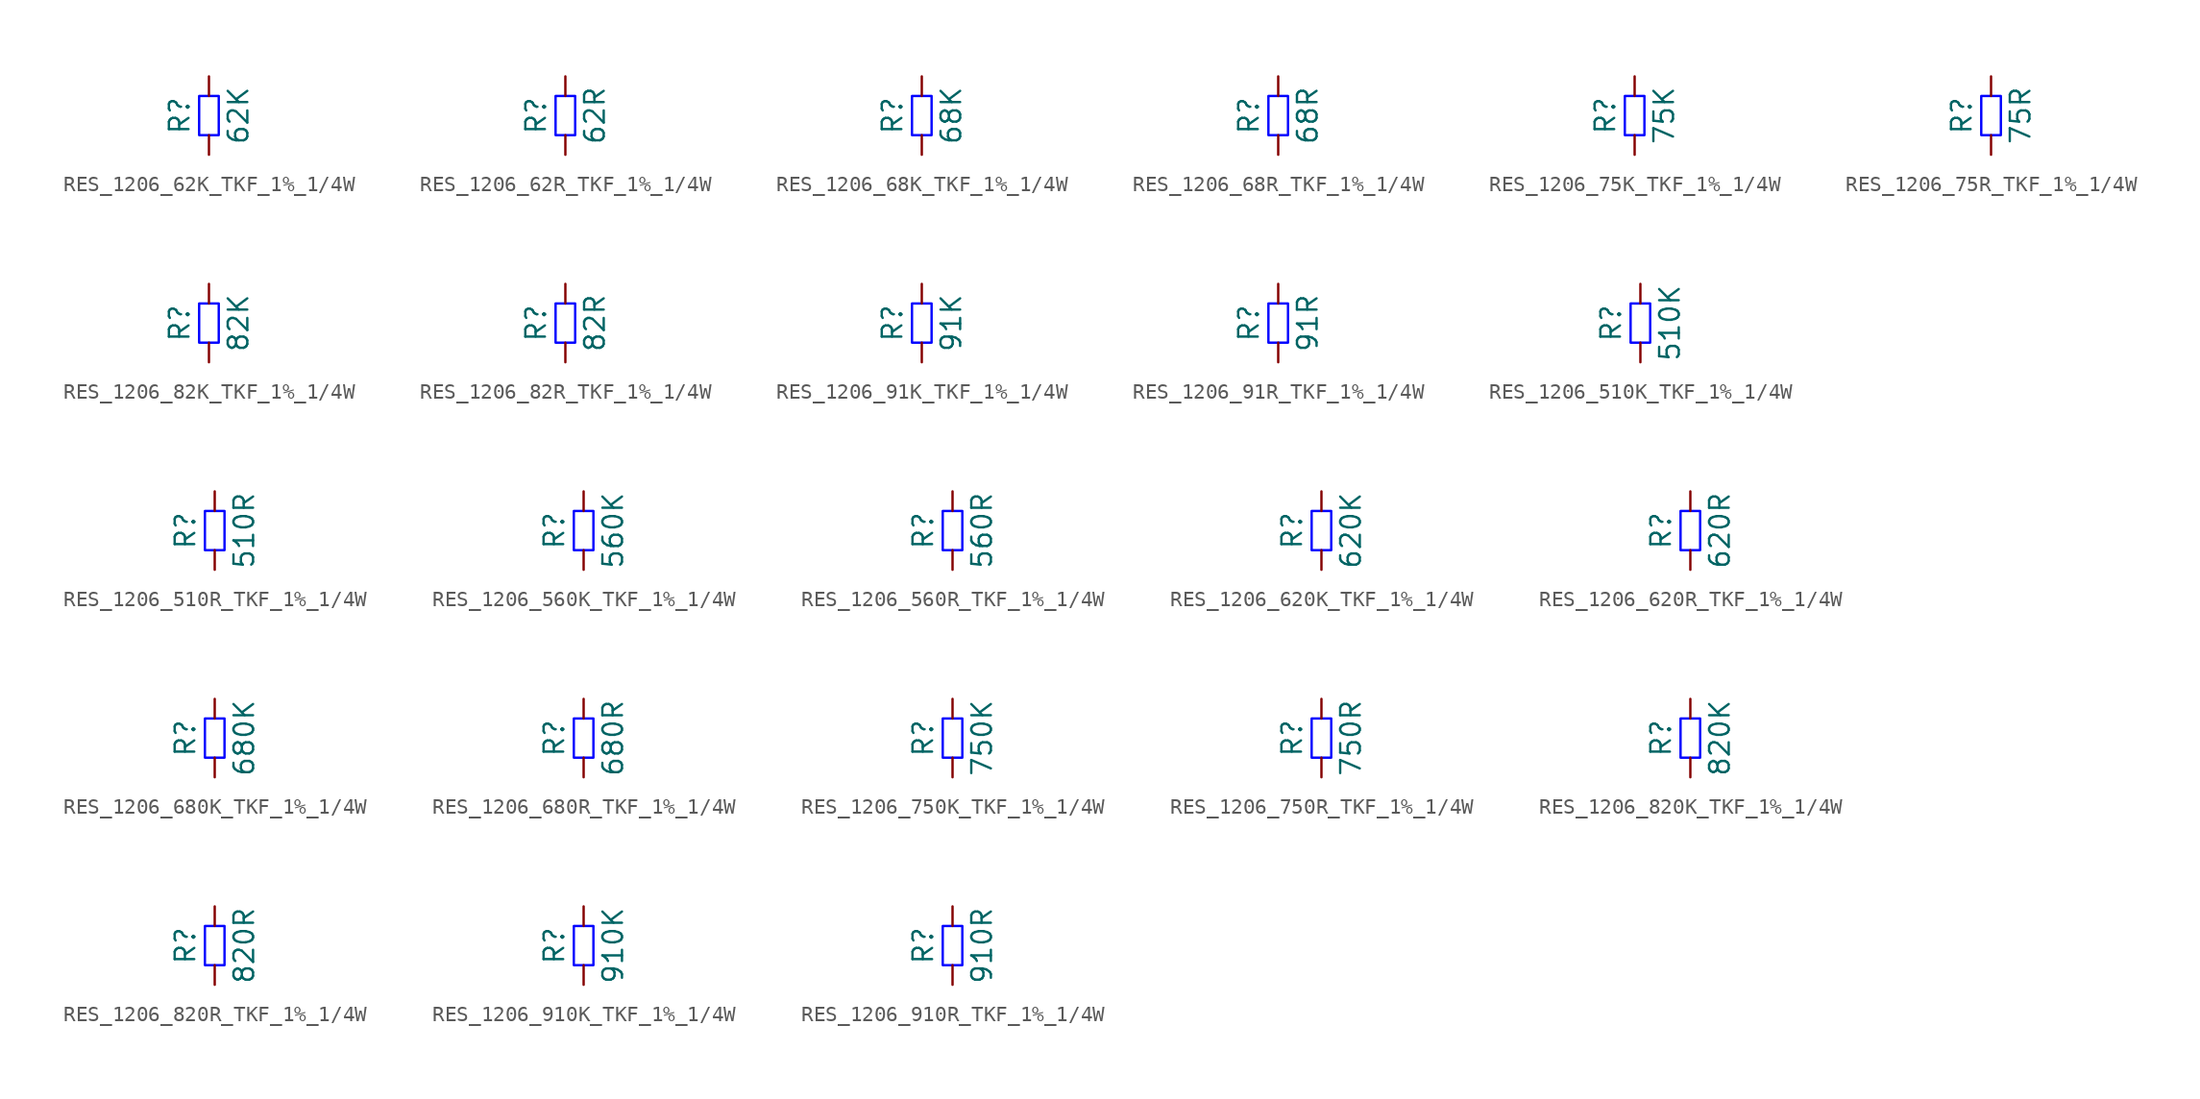
<source format=kicad_sym>
(kicad_symbol_lib
  (version 20220914)
  (generator kicad_symbol_editor)
  (symbol "RES_1206_62K_TKF_1%_1/4W"
    (pin_numbers hide)
    (pin_names
      (offset 0) hide)
    (property "Reference" "R"
      (at -1.905 0 90)
      (do_not_autoplace)
      (effects (font (size 1.27 1.27))))
    (property "Value" "62K"
      (at 1.905 0 90)
      (do_not_autoplace)
      (effects (font (size 1.27 1.27))))
    (symbol "RES_1206_62K_TKF_1%_1/4W_1_1"
      (rectangle (start -0.635 -1.27) (end 0.635 1.27) (stroke (width 0) (type solid) (color 0 0 255 1)) (fill (type none)))
      (pin passive line (at 0 -2.54 90) (length 1.27) (name "~" (effects (font (size 1.27 1.27)))) (number "1" (effects (font (size 1.27 1.27)))))
      (pin passive line (at 0 2.54 270) (length 1.27) (name "~" (effects (font (size 1.27 1.27)))) (number "2" (effects (font (size 1.27 1.27)))))))
  (symbol "RES_1206_62R_TKF_1%_1/4W"
    (pin_numbers hide)
    (pin_names
      (offset 0) hide)
    (property "Reference" "R"
      (at -1.905 0 90)
      (do_not_autoplace)
      (effects (font (size 1.27 1.27))))
    (property "Value" "62R"
      (at 1.905 0 90)
      (do_not_autoplace)
      (effects (font (size 1.27 1.27))))
    (symbol "RES_1206_62R_TKF_1%_1/4W_1_1"
      (rectangle (start -0.635 -1.27) (end 0.635 1.27) (stroke (width 0) (type solid) (color 0 0 255 1)) (fill (type none)))
      (pin passive line (at 0 -2.54 90) (length 1.27) (name "~" (effects (font (size 1.27 1.27)))) (number "1" (effects (font (size 1.27 1.27)))))
      (pin passive line (at 0 2.54 270) (length 1.27) (name "~" (effects (font (size 1.27 1.27)))) (number "2" (effects (font (size 1.27 1.27)))))))
  (symbol "RES_1206_68K_TKF_1%_1/4W"
    (pin_numbers hide)
    (pin_names
      (offset 0) hide)
    (property "Reference" "R"
      (at -1.905 0 90)
      (do_not_autoplace)
      (effects (font (size 1.27 1.27))))
    (property "Value" "68K"
      (at 1.905 0 90)
      (do_not_autoplace)
      (effects (font (size 1.27 1.27))))
    (symbol "RES_1206_68K_TKF_1%_1/4W_1_1"
      (rectangle (start -0.635 -1.27) (end 0.635 1.27) (stroke (width 0) (type solid) (color 0 0 255 1)) (fill (type none)))
      (pin passive line (at 0 -2.54 90) (length 1.27) (name "~" (effects (font (size 1.27 1.27)))) (number "1" (effects (font (size 1.27 1.27)))))
      (pin passive line (at 0 2.54 270) (length 1.27) (name "~" (effects (font (size 1.27 1.27)))) (number "2" (effects (font (size 1.27 1.27)))))))
  (symbol "RES_1206_68R_TKF_1%_1/4W"
    (pin_numbers hide)
    (pin_names
      (offset 0) hide)
    (property "Reference" "R"
      (at -1.905 0 90)
      (do_not_autoplace)
      (effects (font (size 1.27 1.27))))
    (property "Value" "68R"
      (at 1.905 0 90)
      (do_not_autoplace)
      (effects (font (size 1.27 1.27))))
    (symbol "RES_1206_68R_TKF_1%_1/4W_1_1"
      (rectangle (start -0.635 -1.27) (end 0.635 1.27) (stroke (width 0) (type solid) (color 0 0 255 1)) (fill (type none)))
      (pin passive line (at 0 -2.54 90) (length 1.27) (name "~" (effects (font (size 1.27 1.27)))) (number "1" (effects (font (size 1.27 1.27)))))
      (pin passive line (at 0 2.54 270) (length 1.27) (name "~" (effects (font (size 1.27 1.27)))) (number "2" (effects (font (size 1.27 1.27)))))))
  (symbol "RES_1206_75K_TKF_1%_1/4W"
    (pin_numbers hide)
    (pin_names
      (offset 0) hide)
    (property "Reference" "R"
      (at -1.905 0 90)
      (do_not_autoplace)
      (effects (font (size 1.27 1.27))))
    (property "Value" "75K"
      (at 1.905 0 90)
      (do_not_autoplace)
      (effects (font (size 1.27 1.27))))
    (symbol "RES_1206_75K_TKF_1%_1/4W_1_1"
      (rectangle (start -0.635 -1.27) (end 0.635 1.27) (stroke (width 0) (type solid) (color 0 0 255 1)) (fill (type none)))
      (pin passive line (at 0 -2.54 90) (length 1.27) (name "~" (effects (font (size 1.27 1.27)))) (number "1" (effects (font (size 1.27 1.27)))))
      (pin passive line (at 0 2.54 270) (length 1.27) (name "~" (effects (font (size 1.27 1.27)))) (number "2" (effects (font (size 1.27 1.27)))))))
  (symbol "RES_1206_75R_TKF_1%_1/4W"
    (pin_numbers hide)
    (pin_names
      (offset 0) hide)
    (property "Reference" "R"
      (at -1.905 0 90)
      (do_not_autoplace)
      (effects (font (size 1.27 1.27))))
    (property "Value" "75R"
      (at 1.905 0 90)
      (do_not_autoplace)
      (effects (font (size 1.27 1.27))))
    (symbol "RES_1206_75R_TKF_1%_1/4W_1_1"
      (rectangle (start -0.635 -1.27) (end 0.635 1.27) (stroke (width 0) (type solid) (color 0 0 255 1)) (fill (type none)))
      (pin passive line (at 0 -2.54 90) (length 1.27) (name "~" (effects (font (size 1.27 1.27)))) (number "1" (effects (font (size 1.27 1.27)))))
      (pin passive line (at 0 2.54 270) (length 1.27) (name "~" (effects (font (size 1.27 1.27)))) (number "2" (effects (font (size 1.27 1.27)))))))
  (symbol "RES_1206_82K_TKF_1%_1/4W"
    (pin_numbers hide)
    (pin_names
      (offset 0) hide)
    (property "Reference" "R"
      (at -1.905 0 90)
      (do_not_autoplace)
      (effects (font (size 1.27 1.27))))
    (property "Value" "82K"
      (at 1.905 0 90)
      (do_not_autoplace)
      (effects (font (size 1.27 1.27))))
    (symbol "RES_1206_82K_TKF_1%_1/4W_1_1"
      (rectangle (start -0.635 -1.27) (end 0.635 1.27) (stroke (width 0) (type solid) (color 0 0 255 1)) (fill (type none)))
      (pin passive line (at 0 -2.54 90) (length 1.27) (name "~" (effects (font (size 1.27 1.27)))) (number "1" (effects (font (size 1.27 1.27)))))
      (pin passive line (at 0 2.54 270) (length 1.27) (name "~" (effects (font (size 1.27 1.27)))) (number "2" (effects (font (size 1.27 1.27)))))))
  (symbol "RES_1206_82R_TKF_1%_1/4W"
    (pin_numbers hide)
    (pin_names
      (offset 0) hide)
    (property "Reference" "R"
      (at -1.905 0 90)
      (do_not_autoplace)
      (effects (font (size 1.27 1.27))))
    (property "Value" "82R"
      (at 1.905 0 90)
      (do_not_autoplace)
      (effects (font (size 1.27 1.27))))
    (symbol "RES_1206_82R_TKF_1%_1/4W_1_1"
      (rectangle (start -0.635 -1.27) (end 0.635 1.27) (stroke (width 0) (type solid) (color 0 0 255 1)) (fill (type none)))
      (pin passive line (at 0 -2.54 90) (length 1.27) (name "~" (effects (font (size 1.27 1.27)))) (number "1" (effects (font (size 1.27 1.27)))))
      (pin passive line (at 0 2.54 270) (length 1.27) (name "~" (effects (font (size 1.27 1.27)))) (number "2" (effects (font (size 1.27 1.27)))))))
  (symbol "RES_1206_91K_TKF_1%_1/4W"
    (pin_numbers hide)
    (pin_names
      (offset 0) hide)
    (property "Reference" "R"
      (at -1.905 0 90)
      (do_not_autoplace)
      (effects (font (size 1.27 1.27))))
    (property "Value" "91K"
      (at 1.905 0 90)
      (do_not_autoplace)
      (effects (font (size 1.27 1.27))))
    (symbol "RES_1206_91K_TKF_1%_1/4W_1_1"
      (rectangle (start -0.635 -1.27) (end 0.635 1.27) (stroke (width 0) (type solid) (color 0 0 255 1)) (fill (type none)))
      (pin passive line (at 0 -2.54 90) (length 1.27) (name "~" (effects (font (size 1.27 1.27)))) (number "1" (effects (font (size 1.27 1.27)))))
      (pin passive line (at 0 2.54 270) (length 1.27) (name "~" (effects (font (size 1.27 1.27)))) (number "2" (effects (font (size 1.27 1.27)))))))
  (symbol "RES_1206_91R_TKF_1%_1/4W"
    (pin_numbers hide)
    (pin_names
      (offset 0) hide)
    (property "Reference" "R"
      (at -1.905 0 90)
      (do_not_autoplace)
      (effects (font (size 1.27 1.27))))
    (property "Value" "91R"
      (at 1.905 0 90)
      (do_not_autoplace)
      (effects (font (size 1.27 1.27))))
    (symbol "RES_1206_91R_TKF_1%_1/4W_1_1"
      (rectangle (start -0.635 -1.27) (end 0.635 1.27) (stroke (width 0) (type solid) (color 0 0 255 1)) (fill (type none)))
      (pin passive line (at 0 -2.54 90) (length 1.27) (name "~" (effects (font (size 1.27 1.27)))) (number "1" (effects (font (size 1.27 1.27)))))
      (pin passive line (at 0 2.54 270) (length 1.27) (name "~" (effects (font (size 1.27 1.27)))) (number "2" (effects (font (size 1.27 1.27)))))))
  (symbol "RES_1206_510K_TKF_1%_1/4W"
    (pin_numbers hide)
    (pin_names
      (offset 0) hide)
    (property "Reference" "R"
      (at -1.905 0 90)
      (do_not_autoplace)
      (effects (font (size 1.27 1.27))))
    (property "Value" "510K"
      (at 1.905 0 90)
      (do_not_autoplace)
      (effects (font (size 1.27 1.27))))
    (symbol "RES_1206_510K_TKF_1%_1/4W_1_1"
      (rectangle (start -0.635 -1.27) (end 0.635 1.27) (stroke (width 0) (type solid) (color 0 0 255 1)) (fill (type none)))
      (pin passive line (at 0 -2.54 90) (length 1.27) (name "~" (effects (font (size 1.27 1.27)))) (number "1" (effects (font (size 1.27 1.27)))))
      (pin passive line (at 0 2.54 270) (length 1.27) (name "~" (effects (font (size 1.27 1.27)))) (number "2" (effects (font (size 1.27 1.27)))))))
  (symbol "RES_1206_510R_TKF_1%_1/4W"
    (pin_numbers hide)
    (pin_names
      (offset 0) hide)
    (property "Reference" "R"
      (at -1.905 0 90)
      (do_not_autoplace)
      (effects (font (size 1.27 1.27))))
    (property "Value" "510R"
      (at 1.905 0 90)
      (do_not_autoplace)
      (effects (font (size 1.27 1.27))))
    (symbol "RES_1206_510R_TKF_1%_1/4W_1_1"
      (rectangle (start -0.635 -1.27) (end 0.635 1.27) (stroke (width 0) (type solid) (color 0 0 255 1)) (fill (type none)))
      (pin passive line (at 0 -2.54 90) (length 1.27) (name "~" (effects (font (size 1.27 1.27)))) (number "1" (effects (font (size 1.27 1.27)))))
      (pin passive line (at 0 2.54 270) (length 1.27) (name "~" (effects (font (size 1.27 1.27)))) (number "2" (effects (font (size 1.27 1.27)))))))
  (symbol "RES_1206_560K_TKF_1%_1/4W"
    (pin_numbers hide)
    (pin_names
      (offset 0) hide)
    (property "Reference" "R"
      (at -1.905 0 90)
      (do_not_autoplace)
      (effects (font (size 1.27 1.27))))
    (property "Value" "560K"
      (at 1.905 0 90)
      (do_not_autoplace)
      (effects (font (size 1.27 1.27))))
    (symbol "RES_1206_560K_TKF_1%_1/4W_1_1"
      (rectangle (start -0.635 -1.27) (end 0.635 1.27) (stroke (width 0) (type solid) (color 0 0 255 1)) (fill (type none)))
      (pin passive line (at 0 -2.54 90) (length 1.27) (name "~" (effects (font (size 1.27 1.27)))) (number "1" (effects (font (size 1.27 1.27)))))
      (pin passive line (at 0 2.54 270) (length 1.27) (name "~" (effects (font (size 1.27 1.27)))) (number "2" (effects (font (size 1.27 1.27)))))))
  (symbol "RES_1206_560R_TKF_1%_1/4W"
    (pin_numbers hide)
    (pin_names
      (offset 0) hide)
    (property "Reference" "R"
      (at -1.905 0 90)
      (do_not_autoplace)
      (effects (font (size 1.27 1.27))))
    (property "Value" "560R"
      (at 1.905 0 90)
      (do_not_autoplace)
      (effects (font (size 1.27 1.27))))
    (symbol "RES_1206_560R_TKF_1%_1/4W_1_1"
      (rectangle (start -0.635 -1.27) (end 0.635 1.27) (stroke (width 0) (type solid) (color 0 0 255 1)) (fill (type none)))
      (pin passive line (at 0 -2.54 90) (length 1.27) (name "~" (effects (font (size 1.27 1.27)))) (number "1" (effects (font (size 1.27 1.27)))))
      (pin passive line (at 0 2.54 270) (length 1.27) (name "~" (effects (font (size 1.27 1.27)))) (number "2" (effects (font (size 1.27 1.27)))))))
  (symbol "RES_1206_620K_TKF_1%_1/4W"
    (pin_numbers hide)
    (pin_names
      (offset 0) hide)
    (property "Reference" "R"
      (at -1.905 0 90)
      (do_not_autoplace)
      (effects (font (size 1.27 1.27))))
    (property "Value" "620K"
      (at 1.905 0 90)
      (do_not_autoplace)
      (effects (font (size 1.27 1.27))))
    (symbol "RES_1206_620K_TKF_1%_1/4W_1_1"
      (rectangle (start -0.635 -1.27) (end 0.635 1.27) (stroke (width 0) (type solid) (color 0 0 255 1)) (fill (type none)))
      (pin passive line (at 0 -2.54 90) (length 1.27) (name "~" (effects (font (size 1.27 1.27)))) (number "1" (effects (font (size 1.27 1.27)))))
      (pin passive line (at 0 2.54 270) (length 1.27) (name "~" (effects (font (size 1.27 1.27)))) (number "2" (effects (font (size 1.27 1.27)))))))
  (symbol "RES_1206_620R_TKF_1%_1/4W"
    (pin_numbers hide)
    (pin_names
      (offset 0) hide)
    (property "Reference" "R"
      (at -1.905 0 90)
      (do_not_autoplace)
      (effects (font (size 1.27 1.27))))
    (property "Value" "620R"
      (at 1.905 0 90)
      (do_not_autoplace)
      (effects (font (size 1.27 1.27))))
    (symbol "RES_1206_620R_TKF_1%_1/4W_1_1"
      (rectangle (start -0.635 -1.27) (end 0.635 1.27) (stroke (width 0) (type solid) (color 0 0 255 1)) (fill (type none)))
      (pin passive line (at 0 -2.54 90) (length 1.27) (name "~" (effects (font (size 1.27 1.27)))) (number "1" (effects (font (size 1.27 1.27)))))
      (pin passive line (at 0 2.54 270) (length 1.27) (name "~" (effects (font (size 1.27 1.27)))) (number "2" (effects (font (size 1.27 1.27)))))))
  (symbol "RES_1206_680K_TKF_1%_1/4W"
    (pin_numbers hide)
    (pin_names
      (offset 0) hide)
    (property "Reference" "R"
      (at -1.905 0 90)
      (do_not_autoplace)
      (effects (font (size 1.27 1.27))))
    (property "Value" "680K"
      (at 1.905 0 90)
      (do_not_autoplace)
      (effects (font (size 1.27 1.27))))
    (symbol "RES_1206_680K_TKF_1%_1/4W_1_1"
      (rectangle (start -0.635 -1.27) (end 0.635 1.27) (stroke (width 0) (type solid) (color 0 0 255 1)) (fill (type none)))
      (pin passive line (at 0 -2.54 90) (length 1.27) (name "~" (effects (font (size 1.27 1.27)))) (number "1" (effects (font (size 1.27 1.27)))))
      (pin passive line (at 0 2.54 270) (length 1.27) (name "~" (effects (font (size 1.27 1.27)))) (number "2" (effects (font (size 1.27 1.27)))))))
  (symbol "RES_1206_680R_TKF_1%_1/4W"
    (pin_numbers hide)
    (pin_names
      (offset 0) hide)
    (property "Reference" "R"
      (at -1.905 0 90)
      (do_not_autoplace)
      (effects (font (size 1.27 1.27))))
    (property "Value" "680R"
      (at 1.905 0 90)
      (do_not_autoplace)
      (effects (font (size 1.27 1.27))))
    (symbol "RES_1206_680R_TKF_1%_1/4W_1_1"
      (rectangle (start -0.635 -1.27) (end 0.635 1.27) (stroke (width 0) (type solid) (color 0 0 255 1)) (fill (type none)))
      (pin passive line (at 0 -2.54 90) (length 1.27) (name "~" (effects (font (size 1.27 1.27)))) (number "1" (effects (font (size 1.27 1.27)))))
      (pin passive line (at 0 2.54 270) (length 1.27) (name "~" (effects (font (size 1.27 1.27)))) (number "2" (effects (font (size 1.27 1.27)))))))
  (symbol "RES_1206_750K_TKF_1%_1/4W"
    (pin_numbers hide)
    (pin_names
      (offset 0) hide)
    (property "Reference" "R"
      (at -1.905 0 90)
      (do_not_autoplace)
      (effects (font (size 1.27 1.27))))
    (property "Value" "750K"
      (at 1.905 0 90)
      (do_not_autoplace)
      (effects (font (size 1.27 1.27))))
    (symbol "RES_1206_750K_TKF_1%_1/4W_1_1"
      (rectangle (start -0.635 -1.27) (end 0.635 1.27) (stroke (width 0) (type solid) (color 0 0 255 1)) (fill (type none)))
      (pin passive line (at 0 -2.54 90) (length 1.27) (name "~" (effects (font (size 1.27 1.27)))) (number "1" (effects (font (size 1.27 1.27)))))
      (pin passive line (at 0 2.54 270) (length 1.27) (name "~" (effects (font (size 1.27 1.27)))) (number "2" (effects (font (size 1.27 1.27)))))))
  (symbol "RES_1206_750R_TKF_1%_1/4W"
    (pin_numbers hide)
    (pin_names
      (offset 0) hide)
    (property "Reference" "R"
      (at -1.905 0 90)
      (do_not_autoplace)
      (effects (font (size 1.27 1.27))))
    (property "Value" "750R"
      (at 1.905 0 90)
      (do_not_autoplace)
      (effects (font (size 1.27 1.27))))
    (symbol "RES_1206_750R_TKF_1%_1/4W_1_1"
      (rectangle (start -0.635 -1.27) (end 0.635 1.27) (stroke (width 0) (type solid) (color 0 0 255 1)) (fill (type none)))
      (pin passive line (at 0 -2.54 90) (length 1.27) (name "~" (effects (font (size 1.27 1.27)))) (number "1" (effects (font (size 1.27 1.27)))))
      (pin passive line (at 0 2.54 270) (length 1.27) (name "~" (effects (font (size 1.27 1.27)))) (number "2" (effects (font (size 1.27 1.27)))))))
  (symbol "RES_1206_820K_TKF_1%_1/4W"
    (pin_numbers hide)
    (pin_names
      (offset 0) hide)
    (property "Reference" "R"
      (at -1.905 0 90)
      (do_not_autoplace)
      (effects (font (size 1.27 1.27))))
    (property "Value" "820K"
      (at 1.905 0 90)
      (do_not_autoplace)
      (effects (font (size 1.27 1.27))))
    (symbol "RES_1206_820K_TKF_1%_1/4W_1_1"
      (rectangle (start -0.635 -1.27) (end 0.635 1.27) (stroke (width 0) (type solid) (color 0 0 255 1)) (fill (type none)))
      (pin passive line (at 0 -2.54 90) (length 1.27) (name "~" (effects (font (size 1.27 1.27)))) (number "1" (effects (font (size 1.27 1.27)))))
      (pin passive line (at 0 2.54 270) (length 1.27) (name "~" (effects (font (size 1.27 1.27)))) (number "2" (effects (font (size 1.27 1.27)))))))
  (symbol "RES_1206_820R_TKF_1%_1/4W"
    (pin_numbers hide)
    (pin_names
      (offset 0) hide)
    (property "Reference" "R"
      (at -1.905 0 90)
      (do_not_autoplace)
      (effects (font (size 1.27 1.27))))
    (property "Value" "820R"
      (at 1.905 0 90)
      (do_not_autoplace)
      (effects (font (size 1.27 1.27))))
    (symbol "RES_1206_820R_TKF_1%_1/4W_1_1"
      (rectangle (start -0.635 -1.27) (end 0.635 1.27) (stroke (width 0) (type solid) (color 0 0 255 1)) (fill (type none)))
      (pin passive line (at 0 -2.54 90) (length 1.27) (name "~" (effects (font (size 1.27 1.27)))) (number "1" (effects (font (size 1.27 1.27)))))
      (pin passive line (at 0 2.54 270) (length 1.27) (name "~" (effects (font (size 1.27 1.27)))) (number "2" (effects (font (size 1.27 1.27)))))))
  (symbol "RES_1206_910K_TKF_1%_1/4W"
    (pin_numbers hide)
    (pin_names
      (offset 0) hide)
    (property "Reference" "R"
      (at -1.905 0 90)
      (do_not_autoplace)
      (effects (font (size 1.27 1.27))))
    (property "Value" "910K"
      (at 1.905 0 90)
      (do_not_autoplace)
      (effects (font (size 1.27 1.27))))
    (symbol "RES_1206_910K_TKF_1%_1/4W_1_1"
      (rectangle (start -0.635 -1.27) (end 0.635 1.27) (stroke (width 0) (type solid) (color 0 0 255 1)) (fill (type none)))
      (pin passive line (at 0 -2.54 90) (length 1.27) (name "~" (effects (font (size 1.27 1.27)))) (number "1" (effects (font (size 1.27 1.27)))))
      (pin passive line (at 0 2.54 270) (length 1.27) (name "~" (effects (font (size 1.27 1.27)))) (number "2" (effects (font (size 1.27 1.27)))))))
  (symbol "RES_1206_910R_TKF_1%_1/4W"
    (pin_numbers hide)
    (pin_names
      (offset 0) hide)
    (property "Reference" "R"
      (at -1.905 0 90)
      (do_not_autoplace)
      (effects (font (size 1.27 1.27))))
    (property "Value" "910R"
      (at 1.905 0 90)
      (do_not_autoplace)
      (effects (font (size 1.27 1.27))))
    (symbol "RES_1206_910R_TKF_1%_1/4W_1_1"
      (rectangle (start -0.635 -1.27) (end 0.635 1.27) (stroke (width 0) (type solid) (color 0 0 255 1)) (fill (type none)))
      (pin passive line (at 0 -2.54 90) (length 1.27) (name "~" (effects (font (size 1.27 1.27)))) (number "1" (effects (font (size 1.27 1.27)))))
      (pin passive line (at 0 2.54 270) (length 1.27) (name "~" (effects (font (size 1.27 1.27)))) (number "2" (effects (font (size 1.27 1.27))))))))
</source>
